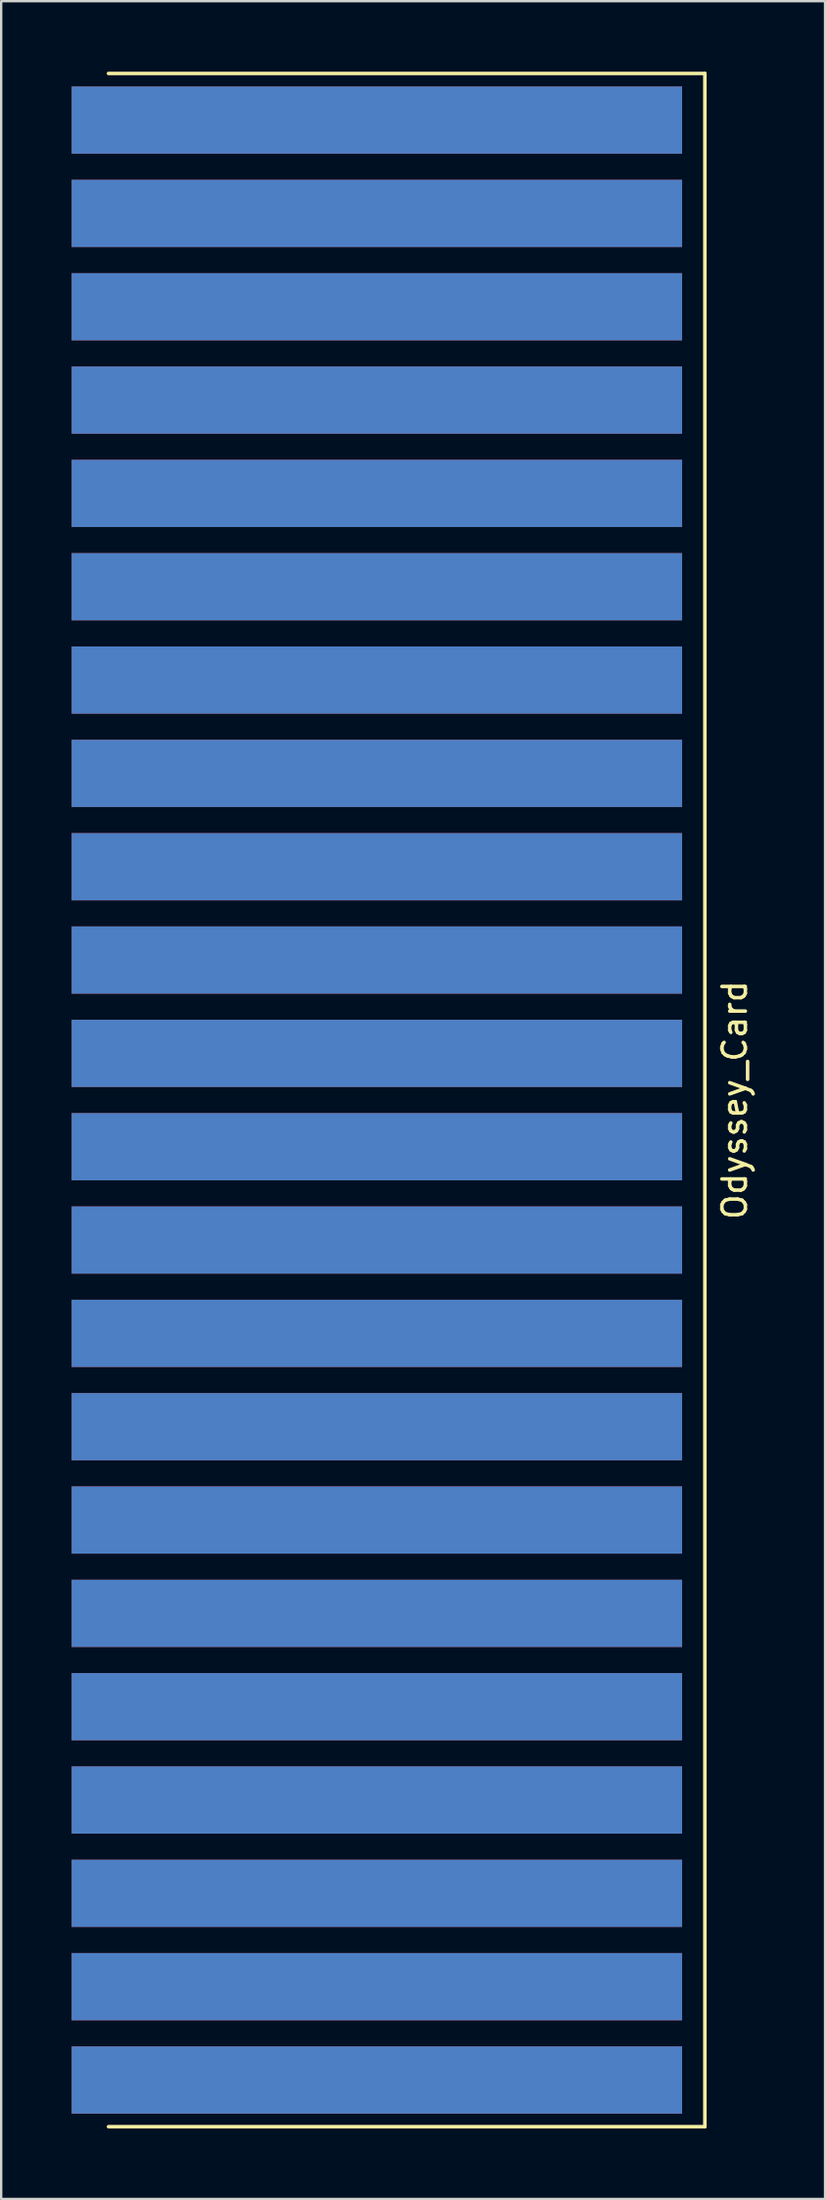
<source format=kicad_pcb>
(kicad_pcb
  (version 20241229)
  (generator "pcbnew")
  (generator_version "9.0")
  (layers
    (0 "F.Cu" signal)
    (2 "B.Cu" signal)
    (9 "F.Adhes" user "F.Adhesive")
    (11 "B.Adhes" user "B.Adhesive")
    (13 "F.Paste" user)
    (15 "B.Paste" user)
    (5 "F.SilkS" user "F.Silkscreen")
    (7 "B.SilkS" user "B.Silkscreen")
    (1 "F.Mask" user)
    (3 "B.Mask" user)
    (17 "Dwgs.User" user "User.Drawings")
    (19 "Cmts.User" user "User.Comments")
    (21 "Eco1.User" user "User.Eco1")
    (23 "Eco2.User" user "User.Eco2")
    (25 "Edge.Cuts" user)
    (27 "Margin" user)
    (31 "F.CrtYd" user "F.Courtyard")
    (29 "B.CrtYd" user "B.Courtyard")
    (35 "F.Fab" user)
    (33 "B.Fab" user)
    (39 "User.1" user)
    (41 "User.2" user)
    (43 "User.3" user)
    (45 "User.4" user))
  (footprint "Odyssey_Card"
    (layer "F.Cu")
    (at 13 43.76)
    (property "Reference" "Odyssey_Card" (at 15.24 0 90) (layer "F.SilkS") (effects (font (size 1 1) (thickness 0.15))))
    (attr through_hole)
    (fp_line (start -11.43 -43.685) (end 13.97 -43.685) (stroke (width 0.15) (type solid)) (layer "F.SilkS"))
    (fp_line (start 13.97 -43.685) (end 13.97 43.685) (stroke (width 0.15) (type solid)) (layer "F.SilkS"))
    (fp_line (start 13.97 43.685) (end -11.43 43.685) (stroke (width 0.15) (type solid)) (layer "F.SilkS"))
    (pad "1" smd rect (at 0 -41.7) (size 26 2.861) (layers "F.Cu" "F.Mask"))
    (pad "2" smd rect (at 0 -41.7) (size 26 2.861) (layers "B.Cu" "B.Mask"))
    (pad "3" smd rect (at 0 -37.728) (size 26 2.861) (layers "F.Cu" "F.Mask"))
    (pad "4" smd rect (at 0 -37.728) (size 26 2.861) (layers "B.Cu" "B.Mask"))
    (pad "5" smd rect (at 0 -33.757) (size 26 2.861) (layers "F.Cu" "F.Mask"))
    (pad "6" smd rect (at 0 -33.757) (size 26 2.861) (layers "B.Cu" "B.Mask"))
    (pad "7" smd rect (at 0 -29.785) (size 26 2.861) (layers "F.Cu" "F.Mask"))
    (pad "8" smd rect (at 0 -29.785) (size 26 2.861) (layers "B.Cu" "B.Mask"))
    (pad "9" smd rect (at 0 -25.814) (size 26 2.861) (layers "F.Cu" "F.Mask"))
    (pad "10" smd rect (at 0 -25.814) (size 26 2.861) (layers "B.Cu" "B.Mask"))
    (pad "11" smd rect (at 0 -21.843) (size 26 2.861) (layers "F.Cu" "F.Mask"))
    (pad "12" smd rect (at 0 -21.843) (size 26 2.861) (layers "B.Cu" "B.Mask"))
    (pad "13" smd rect (at 0 -17.871) (size 26 2.861) (layers "F.Cu" "F.Mask"))
    (pad "14" smd rect (at 0 -17.871) (size 26 2.861) (layers "B.Cu" "B.Mask"))
    (pad "15" smd rect (at 0 -13.9) (size 26 2.861) (layers "F.Cu" "F.Mask"))
    (pad "16" smd rect (at 0 -13.9) (size 26 2.861) (layers "B.Cu" "B.Mask"))
    (pad "17" smd rect (at 0 -9.928) (size 26 2.861) (layers "F.Cu" "F.Mask"))
    (pad "18" smd rect (at 0 -9.928) (size 26 2.861) (layers "B.Cu" "B.Mask"))
    (pad "19" smd rect (at 0 -5.957) (size 26 2.861) (layers "F.Cu" "F.Mask"))
    (pad "20" smd rect (at 0 -5.957) (size 26 2.861) (layers "B.Cu" "B.Mask"))
    (pad "21" smd rect (at 0 -1.986) (size 26 2.861) (layers "F.Cu" "F.Mask"))
    (pad "22" smd rect (at 0 -1.986) (size 26 2.861) (layers "B.Cu" "B.Mask"))
    (pad "23" smd rect (at 0 1.986) (size 26 2.861) (layers "F.Cu" "F.Mask"))
    (pad "24" smd rect (at 0 1.986) (size 26 2.861) (layers "B.Cu" "B.Mask"))
    (pad "25" smd rect (at 0 5.957) (size 26 2.861) (layers "F.Cu" "F.Mask"))
    (pad "26" smd rect (at 0 5.957) (size 26 2.861) (layers "B.Cu" "B.Mask"))
    (pad "27" smd rect (at 0 9.928) (size 26 2.861) (layers "F.Cu" "F.Mask"))
    (pad "28" smd rect (at 0 9.928) (size 26 2.861) (layers "B.Cu" "B.Mask"))
    (pad "29" smd rect (at 0 13.9) (size 26 2.861) (layers "F.Cu" "F.Mask"))
    (pad "30" smd rect (at 0 13.9) (size 26 2.861) (layers "B.Cu" "B.Mask"))
    (pad "31" smd rect (at 0 17.871) (size 26 2.861) (layers "F.Cu" "F.Mask"))
    (pad "32" smd rect (at 0 17.871) (size 26 2.861) (layers "B.Cu" "B.Mask"))
    (pad "33" smd rect (at 0 21.843) (size 26 2.861) (layers "F.Cu" "F.Mask"))
    (pad "34" smd rect (at 0 21.843) (size 26 2.861) (layers "B.Cu" "B.Mask"))
    (pad "35" smd rect (at 0 25.814) (size 26 2.861) (layers "F.Cu" "F.Mask"))
    (pad "36" smd rect (at 0 25.814) (size 26 2.861) (layers "B.Cu" "B.Mask"))
    (pad "37" smd rect (at 0 29.785) (size 26 2.861) (layers "F.Cu" "F.Mask"))
    (pad "38" smd rect (at 0 29.785) (size 26 2.861) (layers "B.Cu" "B.Mask"))
    (pad "39" smd rect (at 0 33.757) (size 26 2.861) (layers "F.Cu" "F.Mask"))
    (pad "40" smd rect (at 0 33.757) (size 26 2.861) (layers "B.Cu" "B.Mask"))
    (pad "41" smd rect (at 0 37.728) (size 26 2.861) (layers "F.Cu" "F.Mask"))
    (pad "42" smd rect (at 0 37.728) (size 26 2.861) (layers "B.Cu" "B.Mask"))
    (pad "43" smd rect (at 0 41.7) (size 26 2.861) (layers "F.Cu" "F.Mask"))
    (pad "44" smd rect (at 0 41.7) (size 26 2.861) (layers "B.Cu" "B.Mask")))
  (gr_rect
    (start -3 -3)
    (end 32.088 90.521)
    (stroke (width 0.1) (type default))
    (fill no)
    (layer "Edge.Cuts")))
</source>
